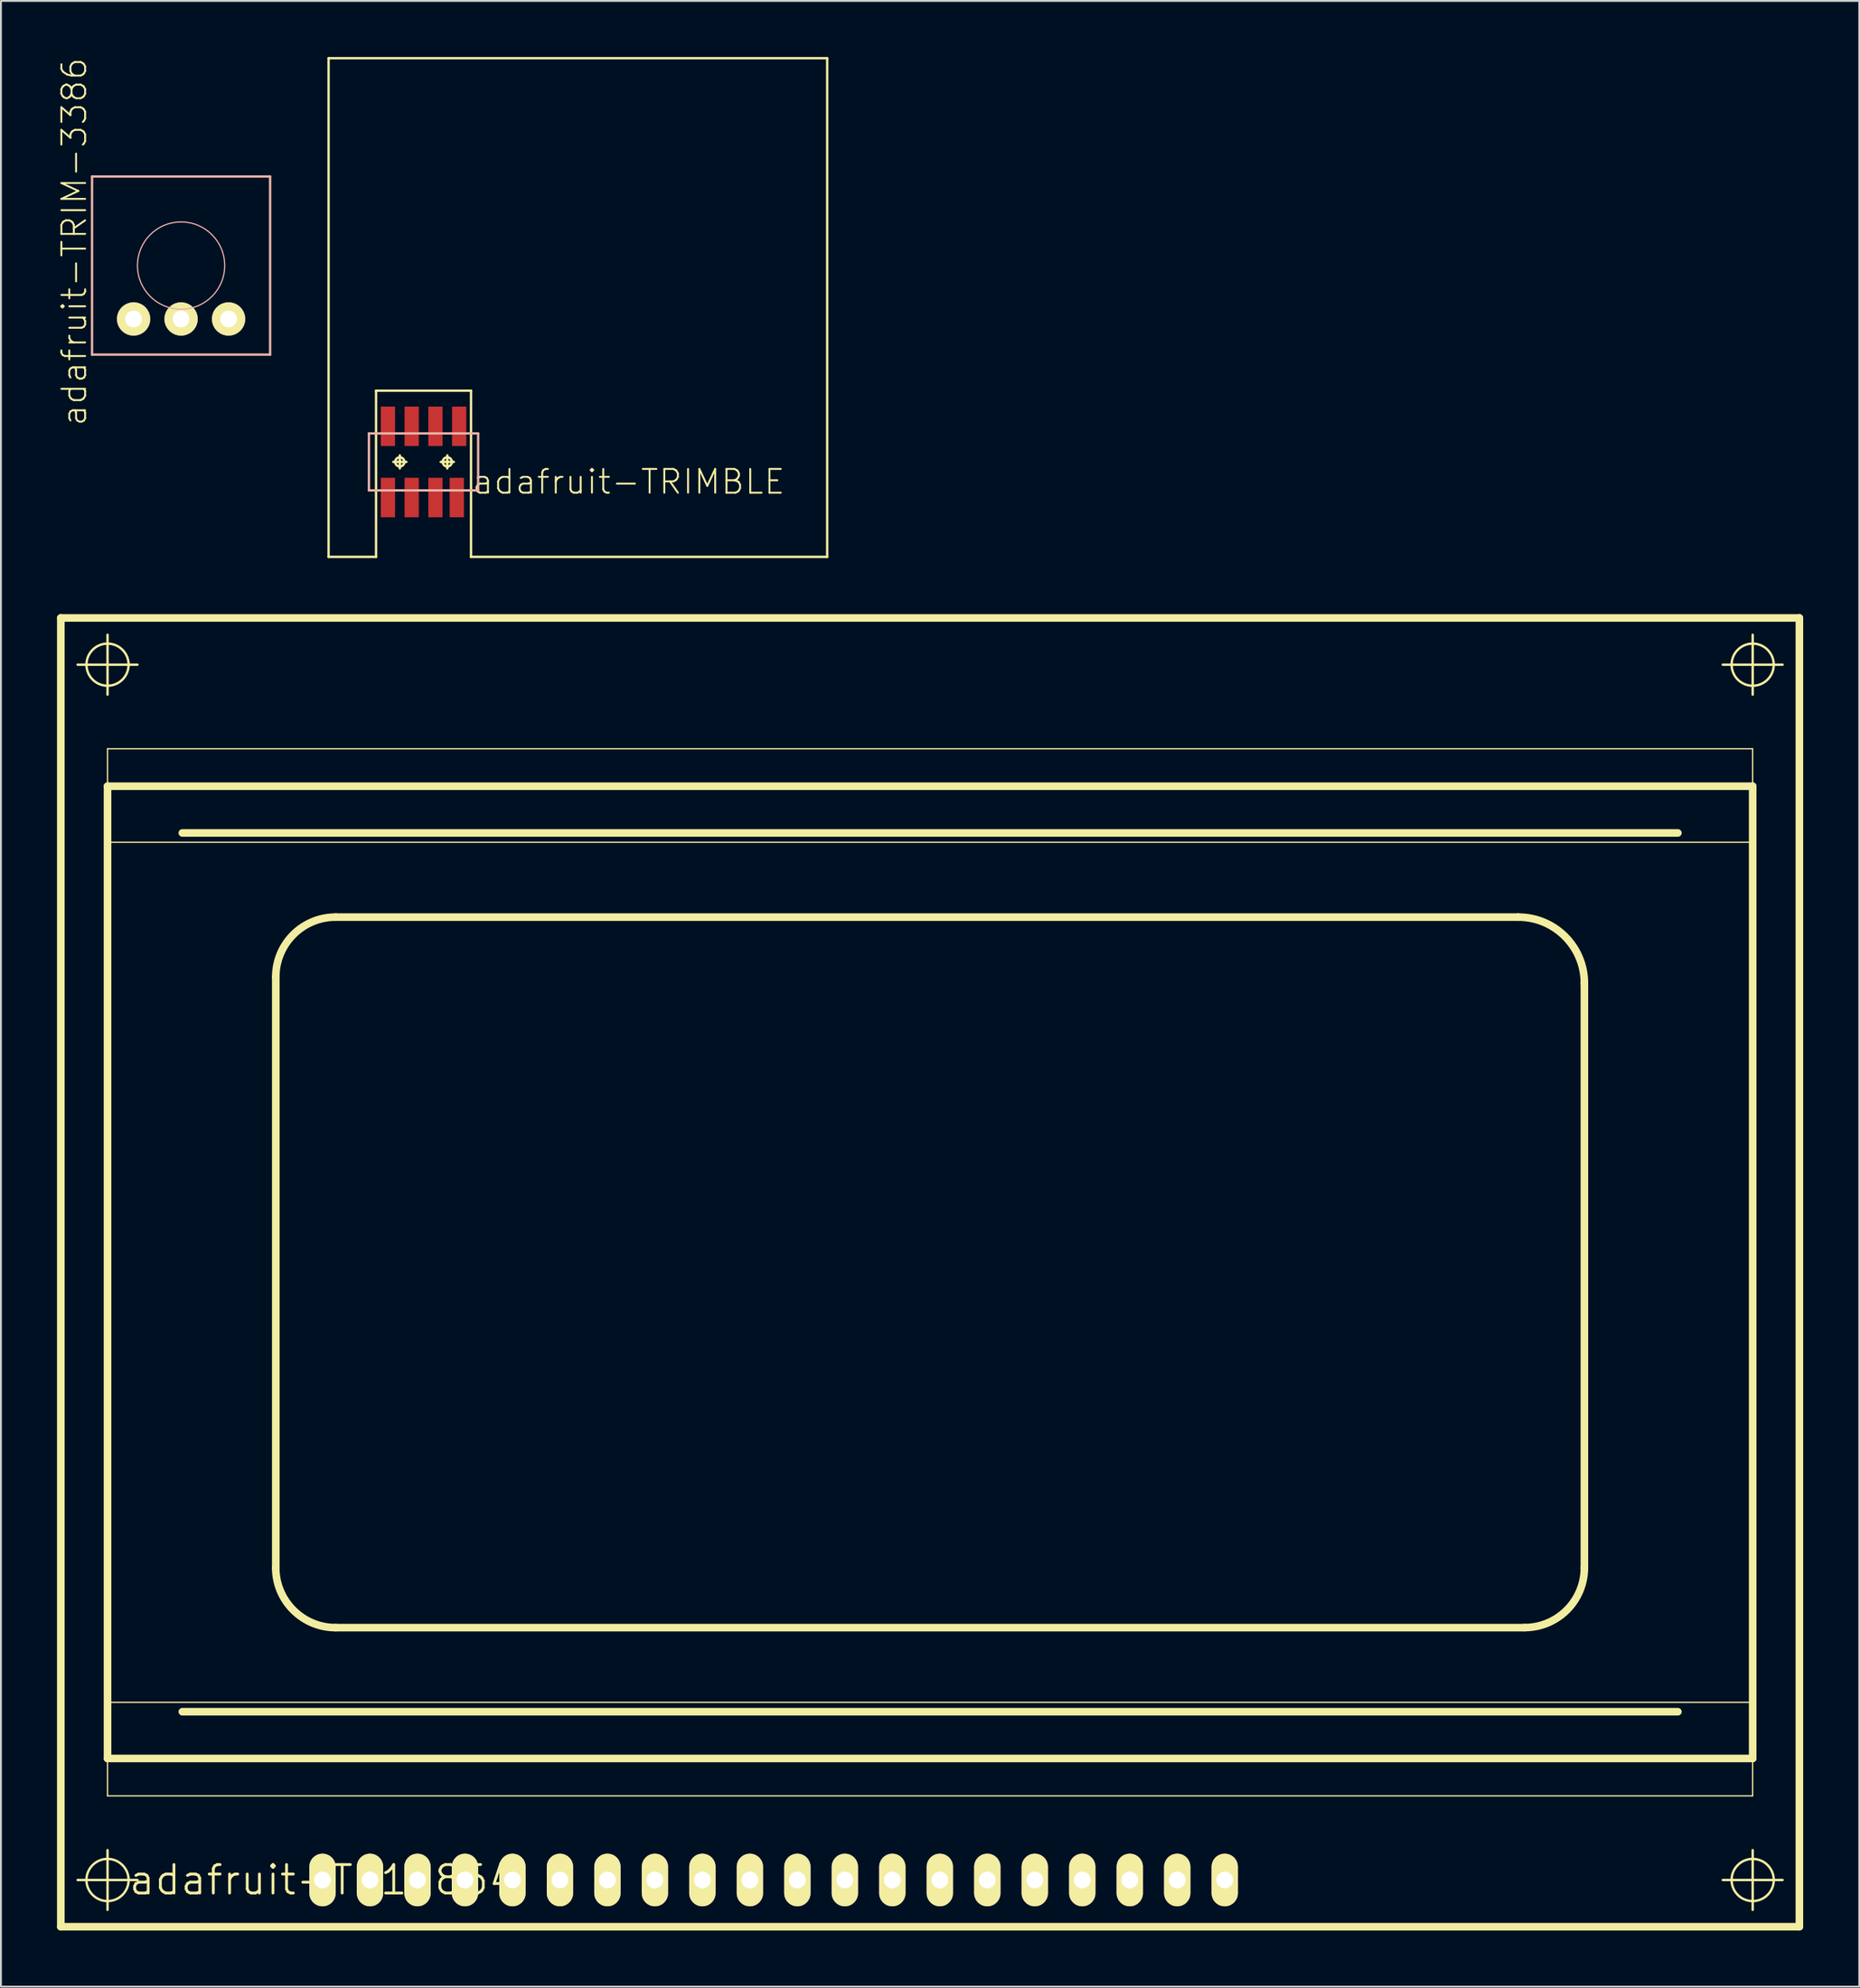
<source format=kicad_pcb>
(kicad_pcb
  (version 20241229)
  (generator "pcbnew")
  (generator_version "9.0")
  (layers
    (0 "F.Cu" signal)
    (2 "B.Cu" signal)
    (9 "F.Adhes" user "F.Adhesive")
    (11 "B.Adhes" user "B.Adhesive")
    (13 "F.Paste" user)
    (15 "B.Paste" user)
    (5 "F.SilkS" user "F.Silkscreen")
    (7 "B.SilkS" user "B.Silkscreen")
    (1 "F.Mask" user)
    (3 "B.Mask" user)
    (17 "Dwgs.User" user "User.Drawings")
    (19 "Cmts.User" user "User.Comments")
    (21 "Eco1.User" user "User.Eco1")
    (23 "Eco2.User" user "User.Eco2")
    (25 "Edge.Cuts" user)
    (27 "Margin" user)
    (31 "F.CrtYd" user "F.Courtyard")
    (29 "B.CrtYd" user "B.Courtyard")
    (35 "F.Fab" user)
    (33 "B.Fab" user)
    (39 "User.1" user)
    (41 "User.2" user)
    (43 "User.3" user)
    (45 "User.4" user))
  (footprint "adafruit-TRIM-3386"
    (layer "F.Cu")
    (at 6.636 11.153)
    (property "Reference" "adafruit-TRIM-3386" (at -5.715 -1.27 90) (layer "F.SilkS") (effects (font (size 1.27 1.27) (thickness 0.102))))
    (attr exclude_from_pos_files exclude_from_bom)
    (fp_line (start -4.763 -4.763) (end -4.763 4.763) (stroke (width 0.127) (type solid)) (layer "B.SilkS"))
    (fp_line (start -4.763 4.763) (end 4.763 4.763) (stroke (width 0.127) (type solid)) (layer "B.SilkS"))
    (fp_line (start 4.763 -4.763) (end -4.763 -4.763) (stroke (width 0.127) (type solid)) (layer "B.SilkS"))
    (fp_line (start 4.763 4.763) (end 4.763 -4.763) (stroke (width 0.127) (type solid)) (layer "B.SilkS"))
    (fp_circle (center 0 0) (end -1.651 1.651) (stroke (width 0.064) (type solid)) (fill no) (layer "B.SilkS"))
    (pad "1" thru_hole circle (at -2.54 2.857) (size 1.778 1.778) (drill 0.899) (layers "*.Cu" "F.Mask" "F.SilkS" "F.Paste"))
    (pad "2" thru_hole circle (at 0 2.857) (size 1.778 1.778) (drill 0.899) (layers "*.Cu" "F.Mask" "F.SilkS" "F.Paste"))
    (pad "3" thru_hole circle (at 2.54 2.857) (size 1.778 1.778) (drill 0.899) (layers "*.Cu" "F.Mask" "F.SilkS" "F.Paste")))
  (footprint "adafruit-TRIMBLE"
    (layer "F.Cu")
    (at 19.606 21.654)
    (property "Reference" "adafruit-TRIMBLE" (at 10.973 1.064 0) (layer "F.SilkS") (effects (font (size 1.27 1.27) (thickness 0.102))))
    (attr smd)
    (fp_line (start -5.08 -21.59) (end 21.59 -21.59) (stroke (width 0.127) (type solid)) (layer "F.SilkS"))
    (fp_line (start -5.08 5.08) (end -5.08 -21.59) (stroke (width 0.127) (type solid)) (layer "F.SilkS"))
    (fp_line (start -2.54 -3.81) (end -2.54 5.08) (stroke (width 0.127) (type solid)) (layer "F.SilkS"))
    (fp_line (start -2.54 5.08) (end -5.08 5.08) (stroke (width 0.127) (type solid)) (layer "F.SilkS"))
    (fp_line (start -1.618 0) (end -0.919 0) (stroke (width 0.127) (type solid)) (layer "F.SilkS"))
    (fp_line (start -1.27 0.348) (end -1.27 -0.348) (stroke (width 0.127) (type solid)) (layer "F.SilkS"))
    (fp_line (start 0.919 0) (end 1.618 0) (stroke (width 0.127) (type solid)) (layer "F.SilkS"))
    (fp_line (start 1.27 0.348) (end 1.27 -0.348) (stroke (width 0.127) (type solid)) (layer "F.SilkS"))
    (fp_line (start 2.54 -3.81) (end -2.54 -3.81) (stroke (width 0.127) (type solid)) (layer "F.SilkS"))
    (fp_line (start 2.54 5.08) (end 2.54 -3.81) (stroke (width 0.127) (type solid)) (layer "F.SilkS"))
    (fp_line (start 21.59 -21.59) (end 21.59 5.08) (stroke (width 0.127) (type solid)) (layer "F.SilkS"))
    (fp_line (start 21.59 5.08) (end 2.54 5.08) (stroke (width 0.127) (type solid)) (layer "F.SilkS"))
    (fp_circle (center -1.27 0) (end -1.443 0.173) (stroke (width 0.127) (type solid)) (fill no) (layer "F.SilkS"))
    (fp_circle (center 1.27 0) (end 1.443 0.173) (stroke (width 0.127) (type solid)) (fill no) (layer "F.SilkS"))
    (fp_line (start -2.921 -1.524) (end -2.921 1.524) (stroke (width 0.127) (type solid)) (layer "B.SilkS"))
    (fp_line (start -2.921 1.524) (end 2.921 1.524) (stroke (width 0.127) (type solid)) (layer "B.SilkS"))
    (fp_line (start 2.921 -1.524) (end -2.921 -1.524) (stroke (width 0.127) (type solid)) (layer "B.SilkS"))
    (fp_line (start 2.921 1.524) (end 2.921 -1.524) (stroke (width 0.127) (type solid)) (layer "B.SilkS"))
    (pad "1" smd rect (at -1.905 -1.905 90) (size 2.108 0.762) (layers "F.Cu" "F.Mask" "F.Paste"))
    (pad "2" smd rect (at -1.905 1.905 90) (size 2.108 0.762) (layers "F.Cu" "F.Mask" "F.Paste"))
    (pad "3" smd rect (at -0.635 -1.905 90) (size 2.108 0.762) (layers "F.Cu" "F.Mask" "F.Paste"))
    (pad "4" smd rect (at -0.635 1.905 90) (size 2.108 0.762) (layers "F.Cu" "F.Mask" "F.Paste"))
    (pad "5" smd rect (at 0.635 -1.905 90) (size 2.108 0.762) (layers "F.Cu" "F.Mask" "F.Paste"))
    (pad "6" smd rect (at 0.635 1.905 90) (size 2.108 0.762) (layers "F.Cu" "F.Mask" "F.Paste"))
    (pad "7" smd rect (at 1.905 -1.905 90) (size 2.108 0.762) (layers "F.Cu" "F.Mask" "F.Paste"))
    (pad "8" smd rect (at 1.778 1.905 90) (size 2.108 0.762) (layers "F.Cu" "F.Mask" "F.Paste")))
  (footprint "adafruit-TS12864"
    (layer "F.Cu")
    (at 14.201 97.498)
    (property "Reference" "adafruit-TS12864" (at 0 0 0) (layer "F.SilkS") (effects (font (size 1.524 1.524) (thickness 0.15))))
    (attr exclude_from_pos_files exclude_from_bom)
    (fp_line (start -13.998 -67.498) (end -13.998 2.499) (stroke (width 0.406) (type solid)) (layer "F.SilkS"))
    (fp_line (start -13.998 2.499) (end 78.999 2.499) (stroke (width 0.406) (type solid)) (layer "F.SilkS"))
    (fp_line (start -13.099 -64.999) (end -9.898 -64.999) (stroke (width 0.127) (type solid)) (layer "F.SilkS"))
    (fp_line (start -13.099 0) (end -9.898 0) (stroke (width 0.127) (type solid)) (layer "F.SilkS"))
    (fp_line (start -11.499 -63.398) (end -11.499 -66.599) (stroke (width 0.127) (type solid)) (layer "F.SilkS"))
    (fp_line (start -11.499 -60.498) (end 76.5 -60.498) (stroke (width 0.066) (type solid)) (layer "F.SilkS"))
    (fp_line (start -11.499 -58.499) (end 76.5 -58.499) (stroke (width 0.406) (type solid)) (layer "F.SilkS"))
    (fp_line (start -11.499 -55.499) (end -11.499 -60.498) (stroke (width 0.066) (type solid)) (layer "F.SilkS"))
    (fp_line (start -11.499 -55.499) (end 76.5 -55.499) (stroke (width 0.066) (type solid)) (layer "F.SilkS"))
    (fp_line (start -11.499 -9.5) (end 76.5 -9.5) (stroke (width 0.066) (type solid)) (layer "F.SilkS"))
    (fp_line (start -11.499 -6.5) (end -11.499 -58.499) (stroke (width 0.406) (type solid)) (layer "F.SilkS"))
    (fp_line (start -11.499 -4.498) (end -11.499 -9.5) (stroke (width 0.066) (type solid)) (layer "F.SilkS"))
    (fp_line (start -11.499 -4.498) (end 76.5 -4.498) (stroke (width 0.066) (type solid)) (layer "F.SilkS"))
    (fp_line (start -11.499 1.598) (end -11.499 -1.598) (stroke (width 0.127) (type solid)) (layer "F.SilkS"))
    (fp_line (start -7.498 -55.999) (end 72.499 -55.999) (stroke (width 0.406) (type solid)) (layer "F.SilkS"))
    (fp_line (start -7.498 -8.999) (end 72.499 -8.999) (stroke (width 0.406) (type solid)) (layer "F.SilkS"))
    (fp_line (start -2.499 -16.701) (end -2.499 -48.298) (stroke (width 0.406) (type solid)) (layer "F.SilkS"))
    (fp_line (start 0.701 -51.498) (end 63.962 -51.498) (stroke (width 0.406) (type solid)) (layer "F.SilkS"))
    (fp_line (start 64.298 -13.498) (end 0.701 -13.498) (stroke (width 0.406) (type solid)) (layer "F.SilkS"))
    (fp_line (start 67.498 -47.963) (end 67.498 -16.701) (stroke (width 0.406) (type solid)) (layer "F.SilkS"))
    (fp_line (start 74.9 -64.999) (end 78.1 -64.999) (stroke (width 0.127) (type solid)) (layer "F.SilkS"))
    (fp_line (start 74.9 0) (end 78.1 0) (stroke (width 0.127) (type solid)) (layer "F.SilkS"))
    (fp_line (start 76.5 -63.398) (end 76.5 -66.599) (stroke (width 0.127) (type solid)) (layer "F.SilkS"))
    (fp_line (start 76.5 -58.499) (end 76.5 -6.5) (stroke (width 0.406) (type solid)) (layer "F.SilkS"))
    (fp_line (start 76.5 -55.499) (end 76.5 -60.498) (stroke (width 0.066) (type solid)) (layer "F.SilkS"))
    (fp_line (start 76.5 -6.5) (end -11.499 -6.5) (stroke (width 0.406) (type solid)) (layer "F.SilkS"))
    (fp_line (start 76.5 -4.498) (end 76.5 -9.5) (stroke (width 0.066) (type solid)) (layer "F.SilkS"))
    (fp_line (start 76.5 1.598) (end 76.5 -1.598) (stroke (width 0.127) (type solid)) (layer "F.SilkS"))
    (fp_line (start 78.999 -67.498) (end -13.998 -67.498) (stroke (width 0.406) (type solid)) (layer "F.SilkS"))
    (fp_line (start 78.999 2.499) (end 78.999 -67.498) (stroke (width 0.406) (type solid)) (layer "F.SilkS"))
    (fp_arc (start -2.49936 -48.2981) (mid -1.561985 -50.561125) (end 0.70104 -51.4985) (stroke (width 0.4064) (type solid)) (layer "F.SilkS"))
    (fp_arc (start 0.70104 -13.49756) (mid -1.563781 -14.435679) (end -2.5019 -16.7005) (stroke (width 0.4064) (type solid)) (layer "F.SilkS"))
    (fp_arc (start 63.96228 -51.4985) (mid 66.462383 -50.462923) (end 67.49796 -47.96282) (stroke (width 0.4064) (type solid)) (layer "F.SilkS"))
    (fp_arc (start 67.49796 -16.7005) (mid 66.560585 -14.437475) (end 64.29756 -13.5001) (stroke (width 0.4064) (type solid)) (layer "F.SilkS"))
    (fp_circle (center -11.499 -64.999) (end -12.296 -65.796) (stroke (width 0.127) (type solid)) (fill no) (layer "F.SilkS"))
    (fp_circle (center -11.499 0) (end -12.296 0.798) (stroke (width 0.127) (type solid)) (fill no) (layer "F.SilkS"))
    (fp_circle (center 76.5 -64.999) (end 77.297 -65.796) (stroke (width 0.127) (type solid)) (fill no) (layer "F.SilkS"))
    (fp_circle (center 76.5 0) (end 77.297 0.798) (stroke (width 0.127) (type solid)) (fill no) (layer "F.SilkS"))
    (pad "1" thru_hole oval (at 48.26 0 180) (size 1.407 2.814) (drill 0.899) (layers "*.Cu" "F.Mask" "F.SilkS" "F.Paste"))
    (pad "2" thru_hole oval (at 45.72 0 180) (size 1.407 2.814) (drill 0.899) (layers "*.Cu" "F.Mask" "F.SilkS" "F.Paste"))
    (pad "3" thru_hole oval (at 43.18 0 180) (size 1.407 2.814) (drill 0.899) (layers "*.Cu" "F.Mask" "F.SilkS" "F.Paste"))
    (pad "4" thru_hole oval (at 40.64 0 180) (size 1.407 2.814) (drill 0.899) (layers "*.Cu" "F.Mask" "F.SilkS" "F.Paste"))
    (pad "5" thru_hole oval (at 38.1 0 180) (size 1.407 2.814) (drill 0.899) (layers "*.Cu" "F.Mask" "F.SilkS" "F.Paste"))
    (pad "6" thru_hole oval (at 35.56 0 180) (size 1.407 2.814) (drill 0.899) (layers "*.Cu" "F.Mask" "F.SilkS" "F.Paste"))
    (pad "7" thru_hole oval (at 33.02 0 180) (size 1.407 2.814) (drill 0.899) (layers "*.Cu" "F.Mask" "F.SilkS" "F.Paste"))
    (pad "8" thru_hole oval (at 30.48 0 180) (size 1.407 2.814) (drill 0.899) (layers "*.Cu" "F.Mask" "F.SilkS" "F.Paste"))
    (pad "9" thru_hole oval (at 27.94 0 180) (size 1.407 2.814) (drill 0.899) (layers "*.Cu" "F.Mask" "F.SilkS" "F.Paste"))
    (pad "10" thru_hole oval (at 25.4 0 180) (size 1.407 2.814) (drill 0.899) (layers "*.Cu" "F.Mask" "F.SilkS" "F.Paste"))
    (pad "11" thru_hole oval (at 22.86 0 180) (size 1.407 2.814) (drill 0.899) (layers "*.Cu" "F.Mask" "F.SilkS" "F.Paste"))
    (pad "12" thru_hole oval (at 20.32 0 180) (size 1.407 2.814) (drill 0.899) (layers "*.Cu" "F.Mask" "F.SilkS" "F.Paste"))
    (pad "13" thru_hole oval (at 17.78 0 180) (size 1.407 2.814) (drill 0.899) (layers "*.Cu" "F.Mask" "F.SilkS" "F.Paste"))
    (pad "14" thru_hole oval (at 15.24 0 180) (size 1.407 2.814) (drill 0.899) (layers "*.Cu" "F.Mask" "F.SilkS" "F.Paste"))
    (pad "15" thru_hole oval (at 12.7 0 180) (size 1.407 2.814) (drill 0.899) (layers "*.Cu" "F.Mask" "F.SilkS" "F.Paste"))
    (pad "16" thru_hole oval (at 10.16 0 180) (size 1.407 2.814) (drill 0.899) (layers "*.Cu" "F.Mask" "F.SilkS" "F.Paste"))
    (pad "17" thru_hole oval (at 7.62 0 180) (size 1.407 2.814) (drill 0.899) (layers "*.Cu" "F.Mask" "F.SilkS" "F.Paste"))
    (pad "18" thru_hole oval (at 5.08 0 180) (size 1.407 2.814) (drill 0.899) (layers "*.Cu" "F.Mask" "F.SilkS" "F.Paste"))
    (pad "19" thru_hole oval (at 2.54 0 180) (size 1.407 2.814) (drill 0.899) (layers "*.Cu" "F.Mask" "F.SilkS" "F.Paste"))
    (pad "20" thru_hole oval (at 0 0 180) (size 1.407 2.814) (drill 0.899) (layers "*.Cu" "F.Mask" "F.SilkS" "F.Paste")))
  (gr_rect
    (start -3 -3)
    (end 96.403 103.201)
    (stroke (width 0.1) (type default))
    (fill no)
    (layer "Edge.Cuts")))
</source>
